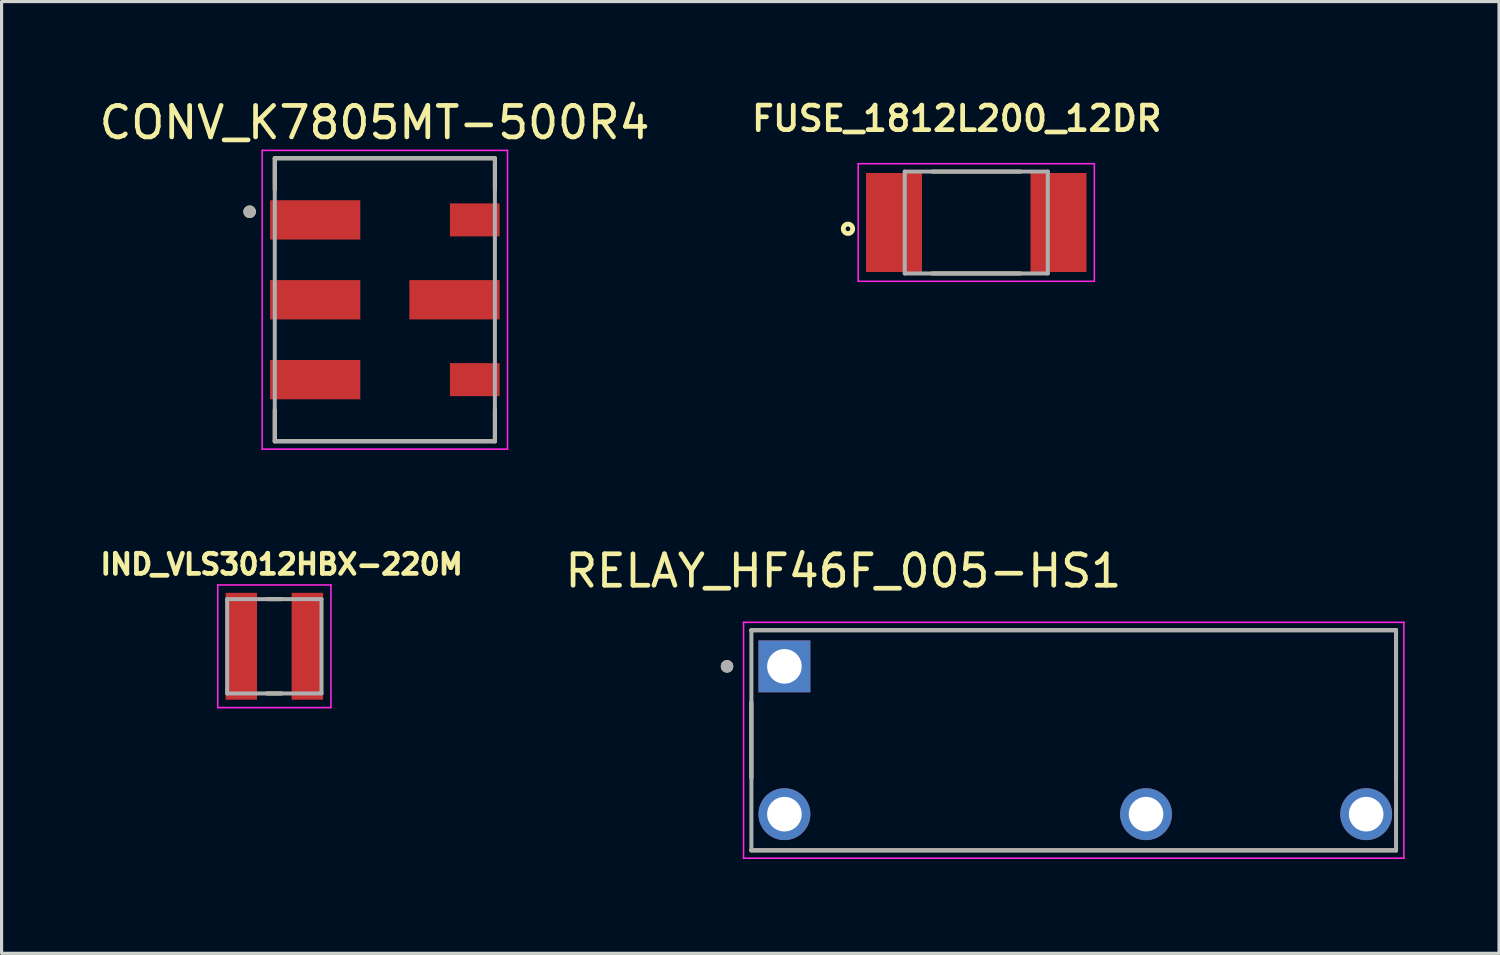
<source format=kicad_pcb>
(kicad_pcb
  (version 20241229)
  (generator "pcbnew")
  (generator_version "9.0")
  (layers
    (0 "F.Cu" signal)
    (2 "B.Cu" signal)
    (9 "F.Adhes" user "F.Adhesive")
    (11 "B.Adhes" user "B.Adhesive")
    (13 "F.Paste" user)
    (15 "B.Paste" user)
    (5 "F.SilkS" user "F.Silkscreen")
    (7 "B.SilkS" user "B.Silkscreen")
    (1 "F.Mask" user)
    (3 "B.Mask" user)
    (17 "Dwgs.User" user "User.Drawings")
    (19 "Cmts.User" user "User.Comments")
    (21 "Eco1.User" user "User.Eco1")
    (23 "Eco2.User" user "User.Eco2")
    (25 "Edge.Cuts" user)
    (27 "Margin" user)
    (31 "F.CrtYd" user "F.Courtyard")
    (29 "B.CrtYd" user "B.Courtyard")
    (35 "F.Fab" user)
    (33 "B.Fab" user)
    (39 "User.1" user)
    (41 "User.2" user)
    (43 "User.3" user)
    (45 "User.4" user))
  (footprint "IND_VLS3012HBX-220M"
    (layer "F.Cu")
    (at 5.674 17.502)
    (property "Reference" "IND_VLS3012HBX-220M" (at 0.232 -2.606 0) (layer "F.SilkS") (effects (font (size 0.64 0.64) (thickness 0.15))))
    (attr smd)
    (fp_line (start -0.23 -1.5) (end 0.23 -1.5) (stroke (width 0.127) (type solid)) (layer "F.SilkS"))
    (fp_line (start -0.23 1.5) (end 0.23 1.5) (stroke (width 0.127) (type solid)) (layer "F.SilkS"))
    (fp_line (start -1.8 -1.95) (end -1.8 1.95) (stroke (width 0.05) (type solid)) (layer "F.CrtYd"))
    (fp_line (start -1.8 1.95) (end 1.8 1.95) (stroke (width 0.05) (type solid)) (layer "F.CrtYd"))
    (fp_line (start 1.8 -1.95) (end -1.8 -1.95) (stroke (width 0.05) (type solid)) (layer "F.CrtYd"))
    (fp_line (start 1.8 1.95) (end 1.8 -1.95) (stroke (width 0.05) (type solid)) (layer "F.CrtYd"))
    (fp_line (start -1.5 -1.5) (end -1.5 1.5) (stroke (width 0.127) (type solid)) (layer "F.Fab"))
    (fp_line (start -1.5 -1.5) (end 1.5 -1.5) (stroke (width 0.127) (type solid)) (layer "F.Fab"))
    (fp_line (start -1.5 1.5) (end 1.5 1.5) (stroke (width 0.127) (type solid)) (layer "F.Fab"))
    (fp_line (start 1.5 -1.5) (end 1.5 1.5) (stroke (width 0.127) (type solid)) (layer "F.Fab"))
    (pad "1" smd rect (at -1.05 0) (size 1 3.4) (layers "F.Cu" "F.Mask" "F.Paste"))
    (pad "2" smd rect (at 1.05 0) (size 1 3.4) (layers "F.Cu" "F.Mask" "F.Paste")))
  (footprint "CONV_K7805MT-500R4"
    (layer "F.Cu")
    (at 9.188 6.483)
    (property "Reference" "CONV_K7805MT-500R4" (at -0.325 -5.635 0) (layer "F.SilkS") (effects (font (size 1 1) (thickness 0.15))))
    (attr smd)
    (fp_line (start -3.5 -4.5) (end -3.5 -3.5) (stroke (width 0.127) (type solid)) (layer "F.SilkS"))
    (fp_line (start -3.5 -4.5) (end 3.5 -4.5) (stroke (width 0.127) (type solid)) (layer "F.SilkS"))
    (fp_line (start -3.5 4.5) (end -3.5 3.5) (stroke (width 0.127) (type solid)) (layer "F.SilkS"))
    (fp_line (start 3.5 -4.5) (end 3.5 -3.5) (stroke (width 0.127) (type solid)) (layer "F.SilkS"))
    (fp_line (start 3.5 4.5) (end -3.5 4.5) (stroke (width 0.127) (type solid)) (layer "F.SilkS"))
    (fp_line (start 3.5 4.5) (end 3.5 3.5) (stroke (width 0.127) (type solid)) (layer "F.SilkS"))
    (fp_circle (center -4.3 -2.8) (end -4.2 -2.8) (stroke (width 0.2) (type solid)) (fill no) (layer "F.SilkS"))
    (fp_line (start -3.9 -4.75) (end -3.9 4.75) (stroke (width 0.05) (type solid)) (layer "F.CrtYd"))
    (fp_line (start -3.9 4.75) (end 3.9 4.75) (stroke (width 0.05) (type solid)) (layer "F.CrtYd"))
    (fp_line (start 3.9 -4.75) (end -3.9 -4.75) (stroke (width 0.05) (type solid)) (layer "F.CrtYd"))
    (fp_line (start 3.9 4.75) (end 3.9 -4.75) (stroke (width 0.05) (type solid)) (layer "F.CrtYd"))
    (fp_line (start -3.5 -4.5) (end 3.5 -4.5) (stroke (width 0.127) (type solid)) (layer "F.Fab"))
    (fp_line (start -3.5 4.5) (end -3.5 -4.5) (stroke (width 0.127) (type solid)) (layer "F.Fab"))
    (fp_line (start 3.5 -4.5) (end 3.5 4.5) (stroke (width 0.127) (type solid)) (layer "F.Fab"))
    (fp_line (start 3.5 4.5) (end -3.5 4.5) (stroke (width 0.127) (type solid)) (layer "F.Fab"))
    (fp_circle (center -4.3 -2.8) (end -4.2 -2.8) (stroke (width 0.2) (type solid)) (fill no) (layer "F.Fab"))
    (pad "1" smd rect (at -2.215 -2.54) (size 2.87 1.25) (layers "F.Cu" "F.Mask" "F.Paste"))
    (pad "2" smd rect (at -2.215 0) (size 2.87 1.25) (layers "F.Cu" "F.Mask" "F.Paste"))
    (pad "3" smd rect (at -2.215 2.54) (size 2.87 1.25) (layers "F.Cu" "F.Mask" "F.Paste"))
    (pad "4" smd rect (at 2.86 2.54 180) (size 1.58 1.05) (layers "F.Cu" "F.Mask" "F.Paste"))
    (pad "5" smd rect (at 2.215 0 180) (size 2.87 1.25) (layers "F.Cu" "F.Mask" "F.Paste"))
    (pad "6" smd rect (at 2.86 -2.54 180) (size 1.58 1.05) (layers "F.Cu" "F.Mask" "F.Paste")))
  (footprint "RELAY_HF46F_005-HS1"
    (layer "F.Cu")
    (at 31.095 20.491)
    (property "Reference" "RELAY_HF46F_005-HS1" (at -7.325 -5.385 0) (layer "F.SilkS") (effects (font (size 1 1) (thickness 0.15))))
    (attr through_hole)
    (fp_line (start -10.25 -3.5) (end -10.25 -3.495) (stroke (width 0.127) (type solid)) (layer "F.SilkS"))
    (fp_line (start -10.25 -1.205) (end -10.25 1.205) (stroke (width 0.127) (type solid)) (layer "F.SilkS"))
    (fp_line (start -10.25 3.5) (end -10.25 3.495) (stroke (width 0.127) (type solid)) (layer "F.SilkS"))
    (fp_line (start -10.25 3.5) (end 10.25 3.5) (stroke (width 0.127) (type solid)) (layer "F.SilkS"))
    (fp_line (start 10.25 -3.5) (end -10.25 -3.5) (stroke (width 0.127) (type solid)) (layer "F.SilkS"))
    (fp_line (start 10.25 1.205) (end 10.25 -3.5) (stroke (width 0.127) (type solid)) (layer "F.SilkS"))
    (fp_line (start 10.25 3.5) (end 10.25 3.495) (stroke (width 0.127) (type solid)) (layer "F.SilkS"))
    (fp_circle (center -11.025 -2.35) (end -10.925 -2.35) (stroke (width 0.2) (type solid)) (fill no) (layer "F.SilkS"))
    (fp_line (start -10.5 -3.75) (end -10.5 3.75) (stroke (width 0.05) (type solid)) (layer "F.CrtYd"))
    (fp_line (start -10.5 3.75) (end 10.5 3.75) (stroke (width 0.05) (type solid)) (layer "F.CrtYd"))
    (fp_line (start 10.5 -3.75) (end -10.5 -3.75) (stroke (width 0.05) (type solid)) (layer "F.CrtYd"))
    (fp_line (start 10.5 3.75) (end 10.5 -3.75) (stroke (width 0.05) (type solid)) (layer "F.CrtYd"))
    (fp_line (start -10.25 -3.5) (end -10.25 3.5) (stroke (width 0.127) (type solid)) (layer "F.Fab"))
    (fp_line (start -10.25 3.5) (end 10.25 3.5) (stroke (width 0.127) (type solid)) (layer "F.Fab"))
    (fp_line (start 10.25 -3.5) (end -10.25 -3.5) (stroke (width 0.127) (type solid)) (layer "F.Fab"))
    (fp_line (start 10.25 3.5) (end 10.25 -3.5) (stroke (width 0.127) (type solid)) (layer "F.Fab"))
    (fp_circle (center -11.025 -2.35) (end -10.925 -2.35) (stroke (width 0.2) (type solid)) (fill no) (layer "F.Fab"))
    (pad "13" thru_hole circle (at 2.3 2.35) (size 1.65 1.65) (drill 1.1) (layers "*.Cu" "*.Mask"))
    (pad "14" thru_hole circle (at 9.3 2.35) (size 1.65 1.65) (drill 1.1) (layers "*.Cu" "*.Mask"))
    (pad "A1" thru_hole circle (at -9.2 2.35) (size 1.65 1.65) (drill 1.1) (layers "*.Cu" "*.Mask"))
    (pad "A2" thru_hole rect (at -9.2 -2.35) (size 1.65 1.65) (drill 1.1) (layers "*.Cu" "*.Mask")))
  (footprint "FUSE_1812L200_12DR"
    (layer "F.Cu")
    (at 27.996 4.026)
    (property "Reference" "FUSE_1812L200_12DR" (at -0.619 -3.306 0) (layer "F.SilkS") (effects (font (size 0.78 0.78) (thickness 0.15))))
    (attr smd)
    (fp_line (start -1.4 -1.62) (end 1.4 -1.62) (stroke (width 0.127) (type solid)) (layer "F.SilkS"))
    (fp_line (start -1.4 1.62) (end 1.4 1.62) (stroke (width 0.127) (type solid)) (layer "F.SilkS"))
    (fp_circle (center -4.08 0.2) (end -3.93 0.2) (stroke (width 0.152) (type solid)) (fill no) (layer "F.SilkS"))
    (fp_line (start -3.755 -1.87) (end 3.755 -1.87) (stroke (width 0.05) (type solid)) (layer "F.CrtYd"))
    (fp_line (start -3.755 1.87) (end -3.755 -1.87) (stroke (width 0.05) (type solid)) (layer "F.CrtYd"))
    (fp_line (start 3.755 -1.87) (end 3.755 1.87) (stroke (width 0.05) (type solid)) (layer "F.CrtYd"))
    (fp_line (start 3.755 1.87) (end -3.755 1.87) (stroke (width 0.05) (type solid)) (layer "F.CrtYd"))
    (fp_line (start -2.275 -1.62) (end 2.275 -1.62) (stroke (width 0.127) (type solid)) (layer "F.Fab"))
    (fp_line (start -2.275 1.62) (end -2.275 -1.62) (stroke (width 0.127) (type solid)) (layer "F.Fab"))
    (fp_line (start 2.275 -1.62) (end 2.275 1.62) (stroke (width 0.127) (type solid)) (layer "F.Fab"))
    (fp_line (start 2.275 1.62) (end -2.275 1.62) (stroke (width 0.127) (type solid)) (layer "F.Fab"))
    (pad "1" smd rect (at -2.615 0) (size 1.78 3.15) (layers "F.Cu" "F.Mask" "F.Paste"))
    (pad "2" smd rect (at 2.615 0) (size 1.78 3.15) (layers "F.Cu" "F.Mask" "F.Paste")))
  (gr_rect
    (start -3 -3)
    (end 44.62 27.267)
    (stroke (width 0.1) (type default))
    (fill no)
    (layer "Edge.Cuts")))
</source>
